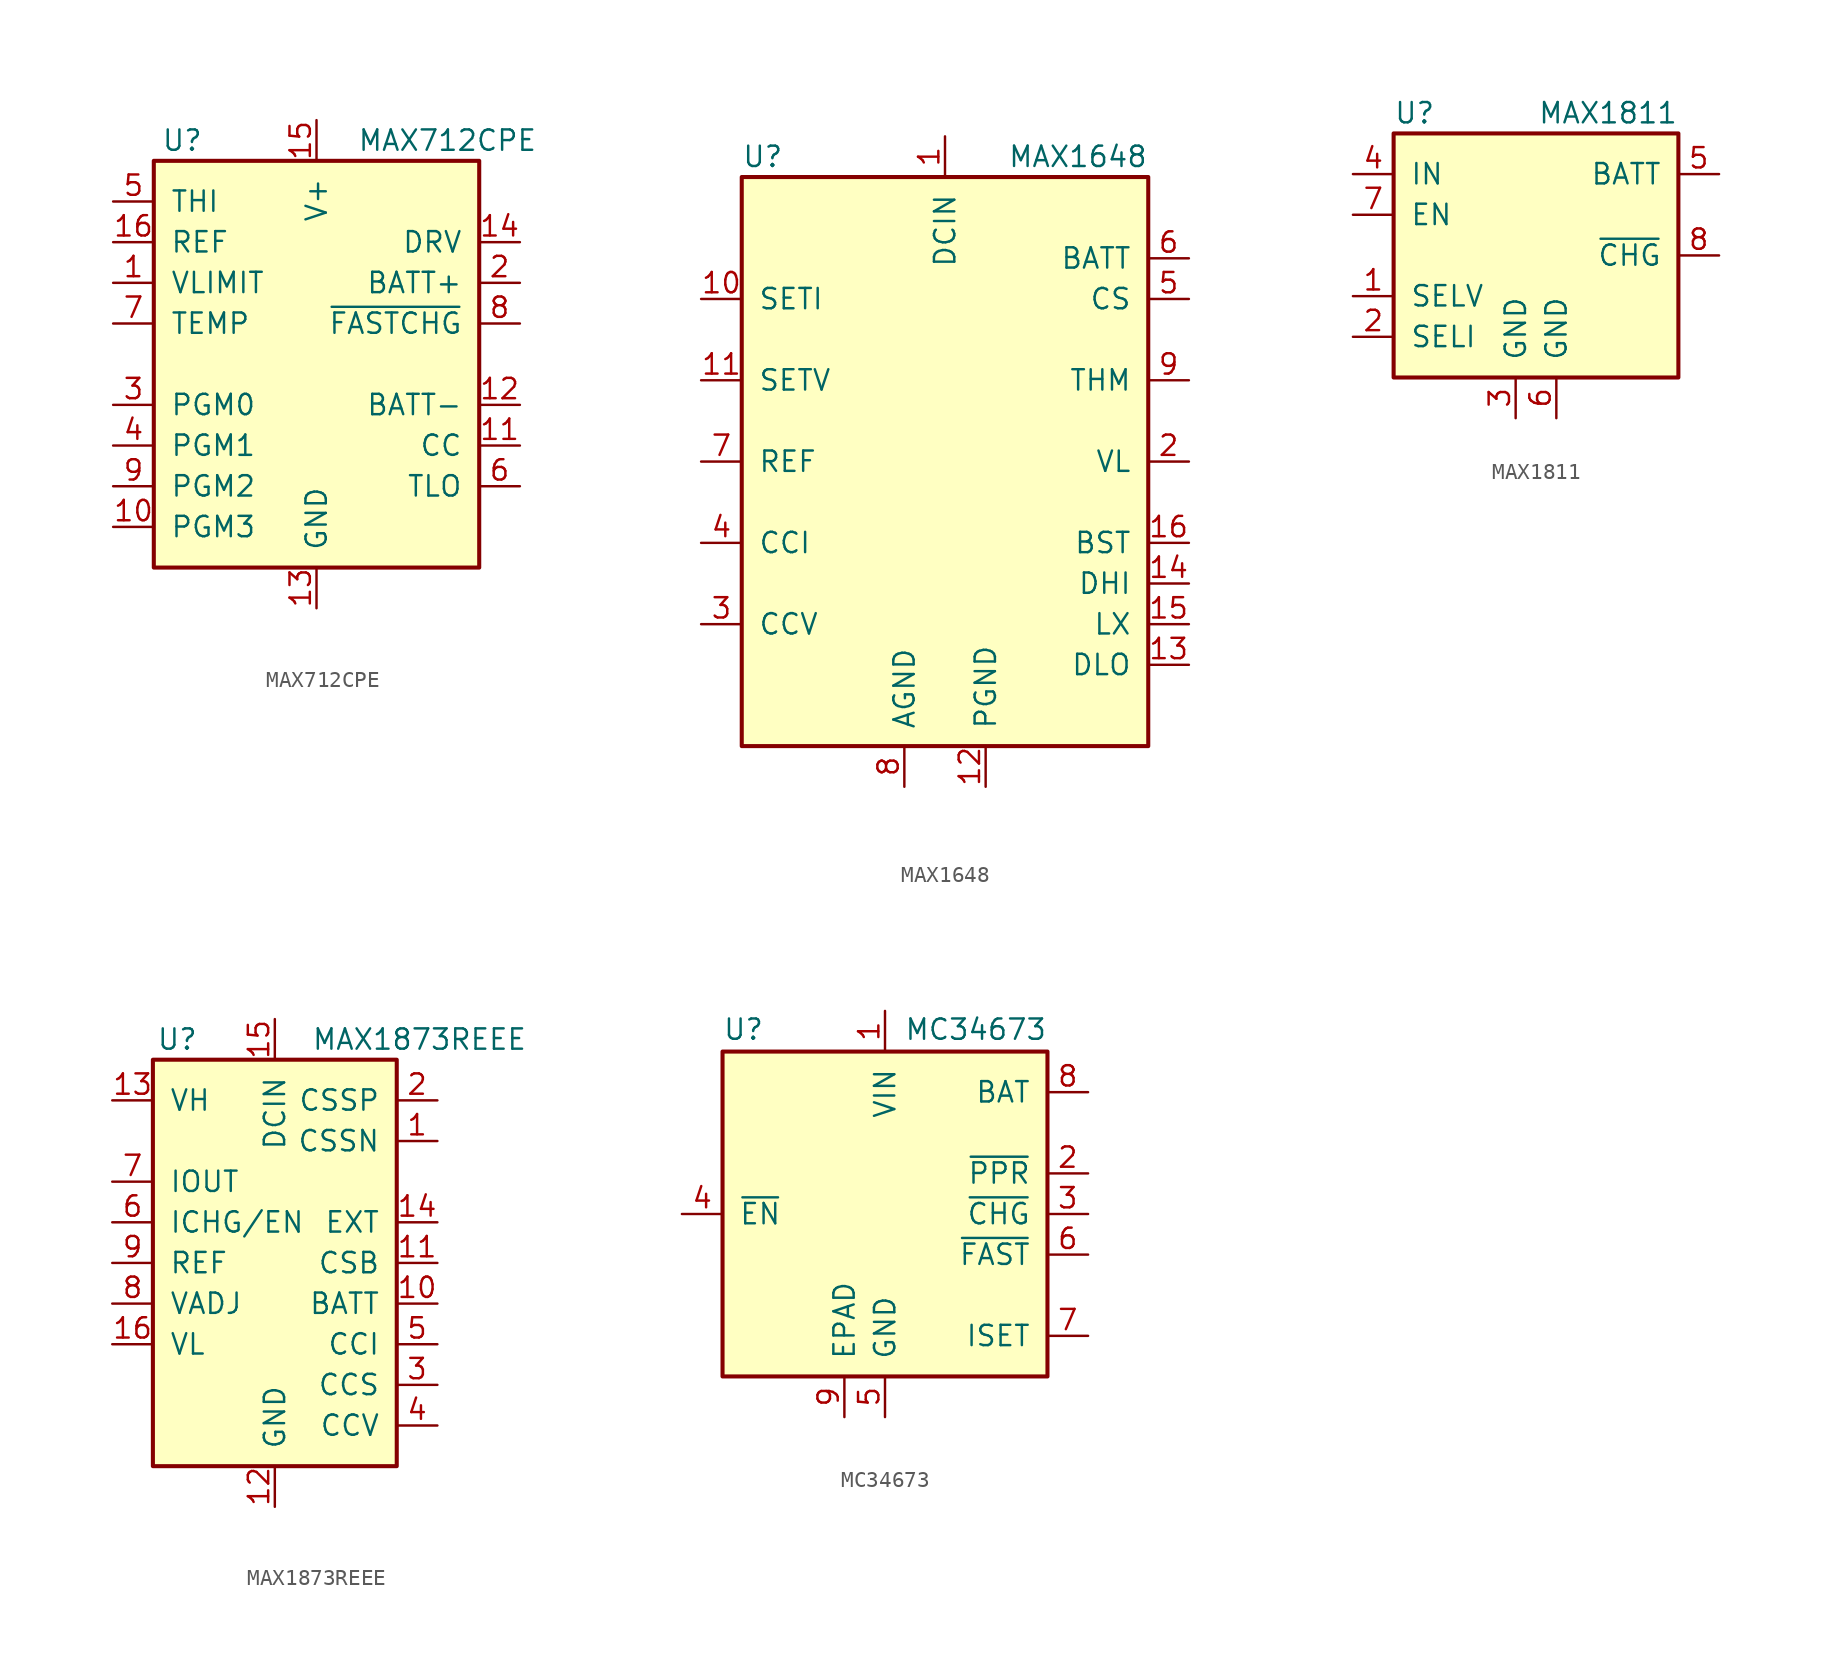
<source format=kicad_sym>
(kicad_symbol_lib
  (version 20211014)
  (generator kicad_symbol_editor)
  (symbol "MAX712CPE"
    (pin_names
      (offset 1.016))
    (property "Reference" "U"
      (at -8.382 13.97 0)
      (effects (font (size 1.27 1.27))))
    (property "Value" "MAX712CPE"
      (at 2.54 13.97 0)
      (effects (font (size 1.27 1.27)) (justify left)))
    (symbol "MAX712CPE_0_1"
      (rectangle (start -10.16 12.7) (end 10.16 -12.7) (stroke (width 0.254) (type default) (color 0 0 0 0)) (fill (type background))))
    (symbol "MAX712CPE_1_1"
      (pin input line (at -12.7 5.08 0) (length 2.54) (name "VLIMIT" (effects (font (size 1.27 1.27)))) (number "1" (effects (font (size 1.27 1.27)))))
      (pin input line (at -12.7 -10.16 0) (length 2.54) (name "PGM3" (effects (font (size 1.27 1.27)))) (number "10" (effects (font (size 1.27 1.27)))))
      (pin input line (at 12.7 -5.08 180) (length 2.54) (name "CC" (effects (font (size 1.27 1.27)))) (number "11" (effects (font (size 1.27 1.27)))))
      (pin input line (at 12.7 -2.54 180) (length 2.54) (name "BATT-" (effects (font (size 1.27 1.27)))) (number "12" (effects (font (size 1.27 1.27)))))
      (pin power_in line (at 0 -15.24 90) (length 2.54) (name "GND" (effects (font (size 1.27 1.27)))) (number "13" (effects (font (size 1.27 1.27)))))
      (pin output line (at 12.7 7.62 180) (length 2.54) (name "DRV" (effects (font (size 1.27 1.27)))) (number "14" (effects (font (size 1.27 1.27)))))
      (pin power_in line (at 0 15.24 270) (length 2.54) (name "V+" (effects (font (size 1.27 1.27)))) (number "15" (effects (font (size 1.27 1.27)))))
      (pin power_in line (at -12.7 7.62 0) (length 2.54) (name "REF" (effects (font (size 1.27 1.27)))) (number "16" (effects (font (size 1.27 1.27)))))
      (pin input line (at 12.7 5.08 180) (length 2.54) (name "BATT+" (effects (font (size 1.27 1.27)))) (number "2" (effects (font (size 1.27 1.27)))))
      (pin input line (at -12.7 -2.54 0) (length 2.54) (name "PGM0" (effects (font (size 1.27 1.27)))) (number "3" (effects (font (size 1.27 1.27)))))
      (pin input line (at -12.7 -5.08 0) (length 2.54) (name "PGM1" (effects (font (size 1.27 1.27)))) (number "4" (effects (font (size 1.27 1.27)))))
      (pin input line (at -12.7 10.16 0) (length 2.54) (name "THI" (effects (font (size 1.27 1.27)))) (number "5" (effects (font (size 1.27 1.27)))))
      (pin input line (at 12.7 -7.62 180) (length 2.54) (name "TLO" (effects (font (size 1.27 1.27)))) (number "6" (effects (font (size 1.27 1.27)))))
      (pin input line (at -12.7 2.54 0) (length 2.54) (name "TEMP" (effects (font (size 1.27 1.27)))) (number "7" (effects (font (size 1.27 1.27)))))
      (pin open_collector line (at 12.7 2.54 180) (length 2.54) (name "~{FASTCHG}" (effects (font (size 1.27 1.27)))) (number "8" (effects (font (size 1.27 1.27)))))
      (pin input line (at -12.7 -7.62 0) (length 2.54) (name "PGM2" (effects (font (size 1.27 1.27)))) (number "9" (effects (font (size 1.27 1.27)))))))
  (symbol "MAX1648"
    (pin_names
      (offset 1.016))
    (property "Reference" "U"
      (at -12.7 19.05 0)
      (effects (font (size 1.27 1.27)) (justify left)))
    (property "Value" "MAX1648"
      (at 12.7 19.05 0)
      (effects (font (size 1.27 1.27)) (justify right)))
    (symbol "MAX1648_0_1"
      (rectangle (start -12.7 17.78) (end 12.7 -17.78) (stroke (width 0.254) (type default) (color 0 0 0 0)) (fill (type background))))
    (symbol "MAX1648_1_1"
      (pin power_in line (at 0 20.32 270) (length 2.54) (name "DCIN" (effects (font (size 1.27 1.27)))) (number "1" (effects (font (size 1.27 1.27)))))
      (pin input line (at -15.24 10.16 0) (length 2.54) (name "SETI" (effects (font (size 1.27 1.27)))) (number "10" (effects (font (size 1.27 1.27)))))
      (pin input line (at -15.24 5.08 0) (length 2.54) (name "SETV" (effects (font (size 1.27 1.27)))) (number "11" (effects (font (size 1.27 1.27)))))
      (pin power_in line (at 2.54 -20.32 90) (length 2.54) (name "PGND" (effects (font (size 1.27 1.27)))) (number "12" (effects (font (size 1.27 1.27)))))
      (pin output line (at 15.24 -12.7 180) (length 2.54) (name "DLO" (effects (font (size 1.27 1.27)))) (number "13" (effects (font (size 1.27 1.27)))))
      (pin output line (at 15.24 -7.62 180) (length 2.54) (name "DHI" (effects (font (size 1.27 1.27)))) (number "14" (effects (font (size 1.27 1.27)))))
      (pin input line (at 15.24 -10.16 180) (length 2.54) (name "LX" (effects (font (size 1.27 1.27)))) (number "15" (effects (font (size 1.27 1.27)))))
      (pin power_in line (at 15.24 -5.08 180) (length 2.54) (name "BST" (effects (font (size 1.27 1.27)))) (number "16" (effects (font (size 1.27 1.27)))))
      (pin power_out line (at 15.24 0 180) (length 2.54) (name "VL" (effects (font (size 1.27 1.27)))) (number "2" (effects (font (size 1.27 1.27)))))
      (pin passive line (at -15.24 -10.16 0) (length 2.54) (name "CCV" (effects (font (size 1.27 1.27)))) (number "3" (effects (font (size 1.27 1.27)))))
      (pin passive line (at -15.24 -5.08 0) (length 2.54) (name "CCI" (effects (font (size 1.27 1.27)))) (number "4" (effects (font (size 1.27 1.27)))))
      (pin input line (at 15.24 10.16 180) (length 2.54) (name "CS" (effects (font (size 1.27 1.27)))) (number "5" (effects (font (size 1.27 1.27)))))
      (pin input line (at 15.24 12.7 180) (length 2.54) (name "BATT" (effects (font (size 1.27 1.27)))) (number "6" (effects (font (size 1.27 1.27)))))
      (pin bidirectional line (at -15.24 0 0) (length 2.54) (name "REF" (effects (font (size 1.27 1.27)))) (number "7" (effects (font (size 1.27 1.27)))))
      (pin power_in line (at -2.54 -20.32 90) (length 2.54) (name "AGND" (effects (font (size 1.27 1.27)))) (number "8" (effects (font (size 1.27 1.27)))))
      (pin input line (at 15.24 5.08 180) (length 2.54) (name "THM" (effects (font (size 1.27 1.27)))) (number "9" (effects (font (size 1.27 1.27)))))))
  (symbol "MAX1811"
    (pin_names
      (offset 1.016))
    (property "Reference" "U"
      (at -7.62 8.89 0)
      (effects (font (size 1.27 1.27)) (justify left)))
    (property "Value" "MAX1811"
      (at 10.16 8.89 0)
      (effects (font (size 1.27 1.27)) (justify right)))
    (symbol "MAX1811_0_1"
      (rectangle (start -7.62 7.62) (end 10.16 -7.62) (stroke (width 0.254) (type default) (color 0 0 0 0)) (fill (type background))))
    (symbol "MAX1811_1_1"
      (pin input line (at -10.16 -2.54 0) (length 2.54) (name "SELV" (effects (font (size 1.27 1.27)))) (number "1" (effects (font (size 1.27 1.27)))))
      (pin input line (at -10.16 -5.08 0) (length 2.54) (name "SELI" (effects (font (size 1.27 1.27)))) (number "2" (effects (font (size 1.27 1.27)))))
      (pin power_in line (at 0 -10.16 90) (length 2.54) (name "GND" (effects (font (size 1.27 1.27)))) (number "3" (effects (font (size 1.27 1.27)))))
      (pin power_in line (at -10.16 5.08 0) (length 2.54) (name "IN" (effects (font (size 1.27 1.27)))) (number "4" (effects (font (size 1.27 1.27)))))
      (pin power_out line (at 12.7 5.08 180) (length 2.54) (name "BATT" (effects (font (size 1.27 1.27)))) (number "5" (effects (font (size 1.27 1.27)))))
      (pin power_in line (at 2.54 -10.16 90) (length 2.54) (name "GND" (effects (font (size 1.27 1.27)))) (number "6" (effects (font (size 1.27 1.27)))))
      (pin input line (at -10.16 2.54 0) (length 2.54) (name "EN" (effects (font (size 1.27 1.27)))) (number "7" (effects (font (size 1.27 1.27)))))
      (pin open_collector line (at 12.7 0 180) (length 2.54) (name "~{CHG}" (effects (font (size 1.27 1.27)))) (number "8" (effects (font (size 1.27 1.27)))))))
  (symbol "MAX1873REEE"
    (pin_names
      (offset 1.016))
    (property "Reference" "U"
      (at -6.096 13.97 0)
      (effects (font (size 1.27 1.27))))
    (property "Value" "MAX1873REEE"
      (at 2.286 13.97 0)
      (effects (font (size 1.27 1.27)) (justify left)))
    (symbol "MAX1873REEE_0_1"
      (rectangle (start -7.62 12.7) (end 7.62 -12.7) (stroke (width 0.254) (type default) (color 0 0 0 0)) (fill (type background))))
    (symbol "MAX1873REEE_1_1"
      (pin input line (at 10.16 7.62 180) (length 2.54) (name "CSSN" (effects (font (size 1.27 1.27)))) (number "1" (effects (font (size 1.27 1.27)))))
      (pin input line (at 10.16 -2.54 180) (length 2.54) (name "BATT" (effects (font (size 1.27 1.27)))) (number "10" (effects (font (size 1.27 1.27)))))
      (pin input line (at 10.16 0 180) (length 2.54) (name "CSB" (effects (font (size 1.27 1.27)))) (number "11" (effects (font (size 1.27 1.27)))))
      (pin power_in line (at 0 -15.24 90) (length 2.54) (name "GND" (effects (font (size 1.27 1.27)))) (number "12" (effects (font (size 1.27 1.27)))))
      (pin input line (at -10.16 10.16 0) (length 2.54) (name "VH" (effects (font (size 1.27 1.27)))) (number "13" (effects (font (size 1.27 1.27)))))
      (pin output line (at 10.16 2.54 180) (length 2.54) (name "EXT" (effects (font (size 1.27 1.27)))) (number "14" (effects (font (size 1.27 1.27)))))
      (pin power_in line (at 0 15.24 270) (length 2.54) (name "DCIN" (effects (font (size 1.27 1.27)))) (number "15" (effects (font (size 1.27 1.27)))))
      (pin input line (at -10.16 -5.08 0) (length 2.54) (name "VL" (effects (font (size 1.27 1.27)))) (number "16" (effects (font (size 1.27 1.27)))))
      (pin input line (at 10.16 10.16 180) (length 2.54) (name "CSSP" (effects (font (size 1.27 1.27)))) (number "2" (effects (font (size 1.27 1.27)))))
      (pin input line (at 10.16 -7.62 180) (length 2.54) (name "CCS" (effects (font (size 1.27 1.27)))) (number "3" (effects (font (size 1.27 1.27)))))
      (pin input line (at 10.16 -10.16 180) (length 2.54) (name "CCV" (effects (font (size 1.27 1.27)))) (number "4" (effects (font (size 1.27 1.27)))))
      (pin input line (at 10.16 -5.08 180) (length 2.54) (name "CCI" (effects (font (size 1.27 1.27)))) (number "5" (effects (font (size 1.27 1.27)))))
      (pin input line (at -10.16 2.54 0) (length 2.54) (name "ICHG/EN" (effects (font (size 1.27 1.27)))) (number "6" (effects (font (size 1.27 1.27)))))
      (pin output line (at -10.16 5.08 0) (length 2.54) (name "IOUT" (effects (font (size 1.27 1.27)))) (number "7" (effects (font (size 1.27 1.27)))))
      (pin input line (at -10.16 -2.54 0) (length 2.54) (name "VADJ" (effects (font (size 1.27 1.27)))) (number "8" (effects (font (size 1.27 1.27)))))
      (pin output line (at -10.16 0 0) (length 2.54) (name "REF" (effects (font (size 1.27 1.27)))) (number "9" (effects (font (size 1.27 1.27)))))))
  (symbol "MC34673"
    (pin_names
      (offset 1.016))
    (property "Reference" "U"
      (at -10.16 10.795 0)
      (effects (font (size 1.27 1.27)) (justify left bottom)))
    (property "Value" "MC34673"
      (at 10.16 10.795 0)
      (effects (font (size 1.27 1.27)) (justify right bottom)))
    (symbol "MC34673_0_1"
      (rectangle (start -10.16 10.16) (end 10.16 -10.16) (stroke (width 0.254) (type default) (color 0 0 0 0)) (fill (type background))))
    (symbol "MC34673_1_1"
      (pin power_in line (at 0 12.7 270) (length 2.54) (name "VIN" (effects (font (size 1.27 1.27)))) (number "1" (effects (font (size 1.27 1.27)))))
      (pin open_collector line (at 12.7 2.54 180) (length 2.54) (name "~{PPR}" (effects (font (size 1.27 1.27)))) (number "2" (effects (font (size 1.27 1.27)))))
      (pin open_collector line (at 12.7 0 180) (length 2.54) (name "~{CHG}" (effects (font (size 1.27 1.27)))) (number "3" (effects (font (size 1.27 1.27)))))
      (pin input line (at -12.7 0 0) (length 2.54) (name "~{EN}" (effects (font (size 1.27 1.27)))) (number "4" (effects (font (size 1.27 1.27)))))
      (pin power_in line (at 0 -12.7 90) (length 2.54) (name "GND" (effects (font (size 1.27 1.27)))) (number "5" (effects (font (size 1.27 1.27)))))
      (pin open_collector line (at 12.7 -2.54 180) (length 2.54) (name "~{FAST}" (effects (font (size 1.27 1.27)))) (number "6" (effects (font (size 1.27 1.27)))))
      (pin output line (at 12.7 -7.62 180) (length 2.54) (name "ISET" (effects (font (size 1.27 1.27)))) (number "7" (effects (font (size 1.27 1.27)))))
      (pin power_out line (at 12.7 7.62 180) (length 2.54) (name "BAT" (effects (font (size 1.27 1.27)))) (number "8" (effects (font (size 1.27 1.27)))))
      (pin power_in line (at -2.54 -12.7 90) (length 2.54) (name "EPAD" (effects (font (size 1.27 1.27)))) (number "9" (effects (font (size 1.27 1.27))))))))
</source>
